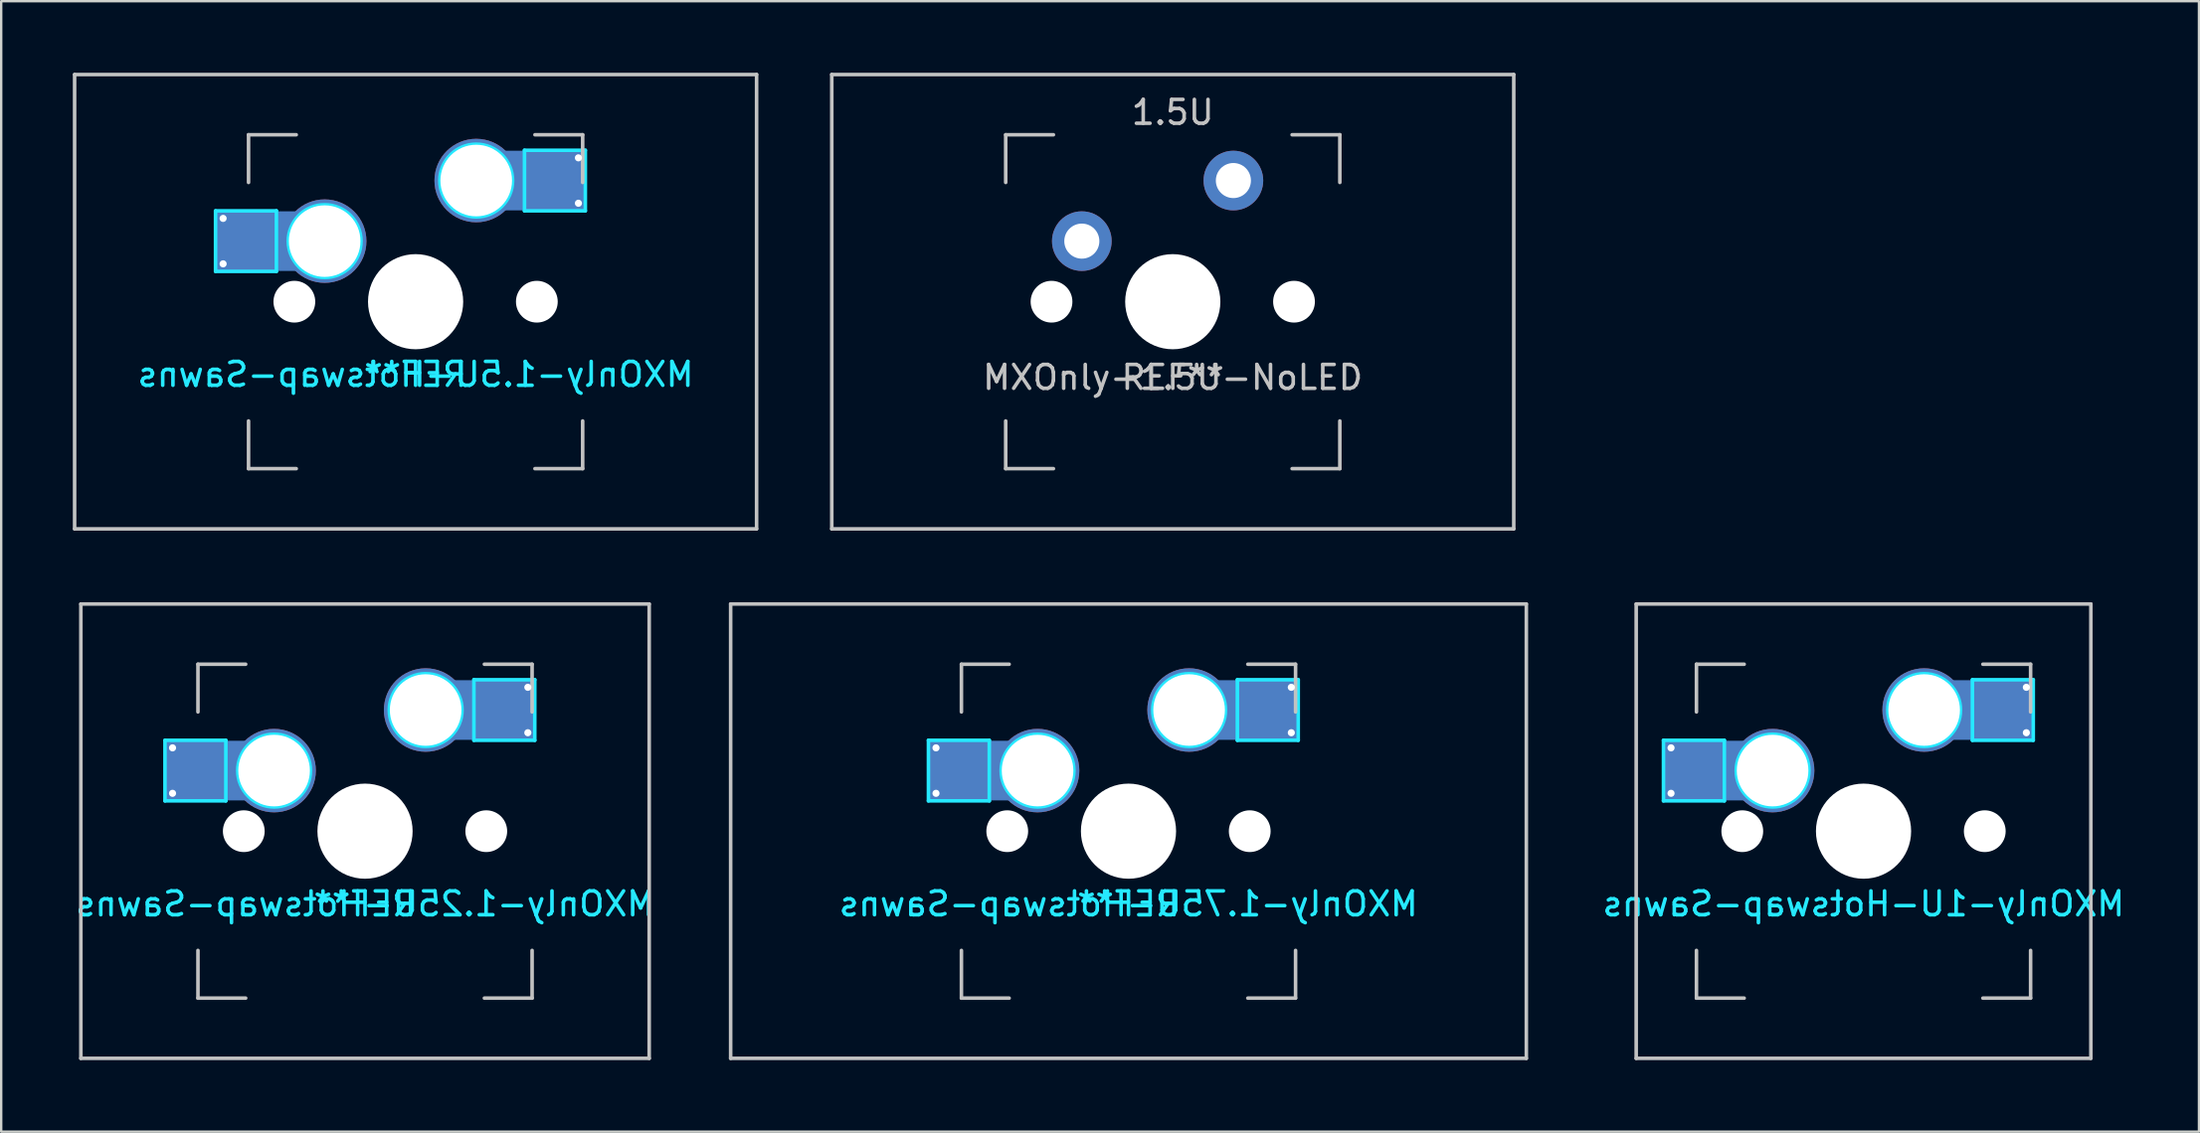
<source format=kicad_pcb>
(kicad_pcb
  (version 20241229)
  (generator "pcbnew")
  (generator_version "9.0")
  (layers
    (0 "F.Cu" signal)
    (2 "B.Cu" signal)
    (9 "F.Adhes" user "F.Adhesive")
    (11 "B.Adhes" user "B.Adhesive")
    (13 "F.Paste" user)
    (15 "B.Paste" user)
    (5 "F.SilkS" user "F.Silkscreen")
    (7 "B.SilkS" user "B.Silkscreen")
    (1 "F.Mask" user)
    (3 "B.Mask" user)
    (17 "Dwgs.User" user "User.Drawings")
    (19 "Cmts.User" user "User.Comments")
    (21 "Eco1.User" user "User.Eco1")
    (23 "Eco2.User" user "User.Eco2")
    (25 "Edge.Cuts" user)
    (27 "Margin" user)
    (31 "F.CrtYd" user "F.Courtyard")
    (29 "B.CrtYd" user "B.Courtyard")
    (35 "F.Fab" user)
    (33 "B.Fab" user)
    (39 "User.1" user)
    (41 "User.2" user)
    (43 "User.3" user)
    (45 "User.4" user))
  (footprint "MXOnly-1.5U-Hotswap-Sawns"
    (layer "F.Cu")
    (at 14.363 9.6)
    (property "Reference" "MXOnly-1.5U-Hotswap-Sawns" (at 0 3.048 0) (layer "B.CrtYd") (effects (font (size 1 1) (thickness 0.15)) (justify mirror)))
    (attr smd)
    (fp_line (start -14.287 -9.525) (end 14.287 -9.525) (stroke (width 0.15) (type solid)) (layer "Dwgs.User"))
    (fp_line (start -14.287 9.525) (end -14.287 -9.525) (stroke (width 0.15) (type solid)) (layer "Dwgs.User"))
    (fp_line (start -7 -7) (end -7 -5) (stroke (width 0.15) (type solid)) (layer "Dwgs.User"))
    (fp_line (start -7 5) (end -7 7) (stroke (width 0.15) (type solid)) (layer "Dwgs.User"))
    (fp_line (start -7 7) (end -5 7) (stroke (width 0.15) (type solid)) (layer "Dwgs.User"))
    (fp_line (start -5 -7) (end -7 -7) (stroke (width 0.15) (type solid)) (layer "Dwgs.User"))
    (fp_line (start 5 -7) (end 7 -7) (stroke (width 0.15) (type solid)) (layer "Dwgs.User"))
    (fp_line (start 5 7) (end 7 7) (stroke (width 0.15) (type solid)) (layer "Dwgs.User"))
    (fp_line (start 7 -7) (end 7 -5) (stroke (width 0.15) (type solid)) (layer "Dwgs.User"))
    (fp_line (start 7 7) (end 7 5) (stroke (width 0.15) (type solid)) (layer "Dwgs.User"))
    (fp_line (start 14.287 -9.525) (end 14.287 9.525) (stroke (width 0.15) (type solid)) (layer "Dwgs.User"))
    (fp_line (start 14.287 9.525) (end -14.287 9.525) (stroke (width 0.15) (type solid)) (layer "Dwgs.User"))
    (fp_line (start -8.382 -3.81) (end -8.382 -1.27) (stroke (width 0.15) (type solid)) (layer "B.CrtYd"))
    (fp_line (start -8.382 -3.81) (end -5.832 -3.81) (stroke (width 0.15) (type solid)) (layer "B.CrtYd"))
    (fp_line (start -8.382 -1.27) (end -5.832 -1.27) (stroke (width 0.15) (type solid)) (layer "B.CrtYd"))
    (fp_line (start -5.832 -3.81) (end -5.832 -1.27) (stroke (width 0.15) (type solid)) (layer "B.CrtYd"))
    (fp_line (start 4.562 -6.35) (end 4.562 -3.81) (stroke (width 0.15) (type solid)) (layer "B.CrtYd"))
    (fp_line (start 4.562 -6.35) (end 7.112 -6.35) (stroke (width 0.15) (type solid)) (layer "B.CrtYd"))
    (fp_line (start 7.112 -6.35) (end 7.112 -3.81) (stroke (width 0.15) (type solid)) (layer "B.CrtYd"))
    (fp_line (start 7.112 -3.81) (end 4.562 -3.81) (stroke (width 0.15) (type solid)) (layer "B.CrtYd"))
    (fp_circle (center -3.81 -2.54) (end -3.81 -4.064) (stroke (width 0.15) (type solid)) (fill no) (layer "B.CrtYd"))
    (fp_circle (center 2.54 -5.08) (end 2.54 -6.604) (stroke (width 0.15) (type solid)) (fill no) (layer "B.CrtYd"))
    (fp_text user "REF**" (at 0 3.048 0) (layer "B.CrtYd") (effects (font (size 1 1) (thickness 0.15)) (justify mirror)))
    (pad "" smd rect (at -7.085 -2.54) (size 2.55 2.5) (layers "B.Mask" "B.Paste"))
    (pad "" np_thru_hole circle (at -5.08 0 48.1) (size 1.75 1.75) (drill 1.75) (layers "*.Cu" "*.Mask"))
    (pad "" np_thru_hole circle (at 0 0) (size 3.988 3.988) (drill 3.988) (layers "*.Cu" "*.Mask"))
    (pad "" np_thru_hole circle (at 5.08 0 48.1) (size 1.75 1.75) (drill 1.75) (layers "*.Cu" "*.Mask"))
    (pad "" smd rect (at 5.842 -5.08) (size 2.55 2.5) (layers "B.Mask" "B.Paste"))
    (pad "1" thru_hole circle (at -8.065 -3.493) (size 0.5 0.5) (drill 0.3) (layers "*.Cu" "*.Mask"))
    (pad "1" thru_hole circle (at -8.065 -1.587) (size 0.5 0.5) (drill 0.3) (layers "*.Cu" "*.Mask"))
    (pad "1" smd rect (at -6.45 -2.54) (size 3.82 2.5) (layers "B.Cu"))
    (pad "1" thru_hole circle (at -3.81 -2.54) (size 3.5 3.5) (drill 3) (layers "*.Cu" "*.Mask"))
    (pad "2" thru_hole circle (at 2.54 -5.08) (size 3.5 3.5) (drill 3) (layers "*.Cu" "*.Mask"))
    (pad "2" smd rect (at 5.207 -5.08) (size 3.82 2.5) (layers "B.Cu"))
    (pad "2" thru_hole circle (at 6.822 -6.032) (size 0.5 0.5) (drill 0.3) (layers "*.Cu" "*.Mask"))
    (pad "2" thru_hole circle (at 6.822 -4.128) (size 0.5 0.5) (drill 0.3) (layers "*.Cu" "*.Mask")))
  (footprint "MXOnly-1.25U-Hotswap-Sawns"
    (layer "F.Cu")
    (at 12.244 31.8)
    (property "Reference" "MXOnly-1.25U-Hotswap-Sawns" (at 0 3.048 0) (layer "B.CrtYd") (effects (font (size 1 1) (thickness 0.15)) (justify mirror)))
    (attr smd)
    (fp_line (start -11.906 -9.525) (end 11.906 -9.525) (stroke (width 0.15) (type solid)) (layer "Dwgs.User"))
    (fp_line (start -11.906 9.525) (end -11.906 -9.525) (stroke (width 0.15) (type solid)) (layer "Dwgs.User"))
    (fp_line (start -7 -7) (end -7 -5) (stroke (width 0.15) (type solid)) (layer "Dwgs.User"))
    (fp_line (start -7 5) (end -7 7) (stroke (width 0.15) (type solid)) (layer "Dwgs.User"))
    (fp_line (start -7 7) (end -5 7) (stroke (width 0.15) (type solid)) (layer "Dwgs.User"))
    (fp_line (start -5 -7) (end -7 -7) (stroke (width 0.15) (type solid)) (layer "Dwgs.User"))
    (fp_line (start 5 -7) (end 7 -7) (stroke (width 0.15) (type solid)) (layer "Dwgs.User"))
    (fp_line (start 5 7) (end 7 7) (stroke (width 0.15) (type solid)) (layer "Dwgs.User"))
    (fp_line (start 7 -7) (end 7 -5) (stroke (width 0.15) (type solid)) (layer "Dwgs.User"))
    (fp_line (start 7 7) (end 7 5) (stroke (width 0.15) (type solid)) (layer "Dwgs.User"))
    (fp_line (start 11.906 -9.525) (end 11.906 9.525) (stroke (width 0.15) (type solid)) (layer "Dwgs.User"))
    (fp_line (start 11.906 9.525) (end -11.906 9.525) (stroke (width 0.15) (type solid)) (layer "Dwgs.User"))
    (fp_line (start -8.382 -3.81) (end -8.382 -1.27) (stroke (width 0.15) (type solid)) (layer "B.CrtYd"))
    (fp_line (start -8.382 -3.81) (end -5.832 -3.81) (stroke (width 0.15) (type solid)) (layer "B.CrtYd"))
    (fp_line (start -8.382 -1.27) (end -5.832 -1.27) (stroke (width 0.15) (type solid)) (layer "B.CrtYd"))
    (fp_line (start -5.832 -3.81) (end -5.832 -1.27) (stroke (width 0.15) (type solid)) (layer "B.CrtYd"))
    (fp_line (start 4.562 -6.35) (end 4.562 -3.81) (stroke (width 0.15) (type solid)) (layer "B.CrtYd"))
    (fp_line (start 4.562 -6.35) (end 7.112 -6.35) (stroke (width 0.15) (type solid)) (layer "B.CrtYd"))
    (fp_line (start 7.112 -6.35) (end 7.112 -3.81) (stroke (width 0.15) (type solid)) (layer "B.CrtYd"))
    (fp_line (start 7.112 -3.81) (end 4.562 -3.81) (stroke (width 0.15) (type solid)) (layer "B.CrtYd"))
    (fp_circle (center -3.81 -2.54) (end -3.81 -4.064) (stroke (width 0.15) (type solid)) (fill no) (layer "B.CrtYd"))
    (fp_circle (center 2.54 -5.08) (end 2.54 -6.604) (stroke (width 0.15) (type solid)) (fill no) (layer "B.CrtYd"))
    (fp_text user "REF**" (at 0 3.048 0) (layer "B.CrtYd") (effects (font (size 1 1) (thickness 0.15)) (justify mirror)))
    (pad "" smd rect (at -7.085 -2.54) (size 2.55 2.5) (layers "B.Mask" "B.Paste"))
    (pad "" np_thru_hole circle (at -5.08 0 48.1) (size 1.75 1.75) (drill 1.75) (layers "*.Cu" "*.Mask"))
    (pad "" np_thru_hole circle (at 0 0) (size 3.988 3.988) (drill 3.988) (layers "*.Cu" "*.Mask"))
    (pad "" np_thru_hole circle (at 5.08 0 48.1) (size 1.75 1.75) (drill 1.75) (layers "*.Cu" "*.Mask"))
    (pad "" smd rect (at 5.842 -5.08) (size 2.55 2.5) (layers "B.Mask" "B.Paste"))
    (pad "1" thru_hole circle (at -8.065 -3.493) (size 0.5 0.5) (drill 0.3) (layers "*.Cu" "*.Mask"))
    (pad "1" thru_hole circle (at -8.065 -1.587) (size 0.5 0.5) (drill 0.3) (layers "*.Cu" "*.Mask"))
    (pad "1" smd rect (at -6.45 -2.54) (size 3.82 2.5) (layers "B.Cu"))
    (pad "1" thru_hole circle (at -3.81 -2.54) (size 3.5 3.5) (drill 3) (layers "*.Cu" "*.Mask"))
    (pad "2" thru_hole circle (at 2.54 -5.08) (size 3.5 3.5) (drill 3) (layers "*.Cu" "*.Mask"))
    (pad "2" smd rect (at 5.207 -5.08) (size 3.82 2.5) (layers "B.Cu"))
    (pad "2" thru_hole circle (at 6.822 -6.032) (size 0.5 0.5) (drill 0.3) (layers "*.Cu" "*.Mask"))
    (pad "2" thru_hole circle (at 6.822 -4.128) (size 0.5 0.5) (drill 0.3) (layers "*.Cu" "*.Mask")))
  (footprint "MXOnly-1U-Hotswap-Sawns"
    (layer "F.Cu")
    (at 75.029 31.8)
    (property "Reference" "MXOnly-1U-Hotswap-Sawns" (at 0 3.048 0) (layer "B.CrtYd") (effects (font (size 1 1) (thickness 0.15)) (justify mirror)))
    (attr smd)
    (fp_line (start -9.525 -9.525) (end 9.525 -9.525) (stroke (width 0.15) (type solid)) (layer "Dwgs.User"))
    (fp_line (start -9.525 9.525) (end -9.525 -9.525) (stroke (width 0.15) (type solid)) (layer "Dwgs.User"))
    (fp_line (start -7 -7) (end -7 -5) (stroke (width 0.15) (type solid)) (layer "Dwgs.User"))
    (fp_line (start -7 5) (end -7 7) (stroke (width 0.15) (type solid)) (layer "Dwgs.User"))
    (fp_line (start -7 7) (end -5 7) (stroke (width 0.15) (type solid)) (layer "Dwgs.User"))
    (fp_line (start -5 -7) (end -7 -7) (stroke (width 0.15) (type solid)) (layer "Dwgs.User"))
    (fp_line (start 5 -7) (end 7 -7) (stroke (width 0.15) (type solid)) (layer "Dwgs.User"))
    (fp_line (start 5 7) (end 7 7) (stroke (width 0.15) (type solid)) (layer "Dwgs.User"))
    (fp_line (start 7 -7) (end 7 -5) (stroke (width 0.15) (type solid)) (layer "Dwgs.User"))
    (fp_line (start 7 7) (end 7 5) (stroke (width 0.15) (type solid)) (layer "Dwgs.User"))
    (fp_line (start 9.525 -9.525) (end 9.525 9.525) (stroke (width 0.15) (type solid)) (layer "Dwgs.User"))
    (fp_line (start 9.525 9.525) (end -9.525 9.525) (stroke (width 0.15) (type solid)) (layer "Dwgs.User"))
    (fp_line (start -8.382 -3.81) (end -8.382 -1.27) (stroke (width 0.15) (type solid)) (layer "B.CrtYd"))
    (fp_line (start -8.382 -3.81) (end -5.832 -3.81) (stroke (width 0.15) (type solid)) (layer "B.CrtYd"))
    (fp_line (start -8.382 -1.27) (end -5.832 -1.27) (stroke (width 0.15) (type solid)) (layer "B.CrtYd"))
    (fp_line (start -5.832 -3.81) (end -5.832 -1.27) (stroke (width 0.15) (type solid)) (layer "B.CrtYd"))
    (fp_line (start 4.562 -6.35) (end 4.562 -3.81) (stroke (width 0.15) (type solid)) (layer "B.CrtYd"))
    (fp_line (start 4.562 -6.35) (end 7.112 -6.35) (stroke (width 0.15) (type solid)) (layer "B.CrtYd"))
    (fp_line (start 7.112 -6.35) (end 7.112 -3.81) (stroke (width 0.15) (type solid)) (layer "B.CrtYd"))
    (fp_line (start 7.112 -3.81) (end 4.562 -3.81) (stroke (width 0.15) (type solid)) (layer "B.CrtYd"))
    (fp_circle (center -3.81 -2.54) (end -3.81 -4.064) (stroke (width 0.15) (type solid)) (fill no) (layer "B.CrtYd"))
    (fp_circle (center 2.54 -5.08) (end 2.54 -6.604) (stroke (width 0.15) (type solid)) (fill no) (layer "B.CrtYd"))
    (pad "" smd rect (at -7.085 -2.54) (size 2.55 2.5) (layers "B.Mask" "B.Paste"))
    (pad "" np_thru_hole circle (at -5.08 0 48.1) (size 1.75 1.75) (drill 1.75) (layers "*.Cu" "*.Mask"))
    (pad "" np_thru_hole circle (at 0 0) (size 3.988 3.988) (drill 3.988) (layers "*.Cu" "*.Mask"))
    (pad "" np_thru_hole circle (at 5.08 0 48.1) (size 1.75 1.75) (drill 1.75) (layers "*.Cu" "*.Mask"))
    (pad "" smd rect (at 5.842 -5.08) (size 2.55 2.5) (layers "B.Mask" "B.Paste"))
    (pad "1" thru_hole circle (at -8.065 -3.493) (size 0.5 0.5) (drill 0.3) (layers "*.Cu" "*.Mask"))
    (pad "1" thru_hole circle (at -8.065 -1.587) (size 0.5 0.5) (drill 0.3) (layers "*.Cu" "*.Mask"))
    (pad "1" smd rect (at -6.45 -2.54) (size 3.82 2.5) (layers "B.Cu"))
    (pad "1" thru_hole circle (at -3.81 -2.54) (size 3.5 3.5) (drill 3) (layers "*.Cu" "*.Mask"))
    (pad "2" thru_hole circle (at 2.54 -5.08) (size 3.5 3.5) (drill 3) (layers "*.Cu" "*.Mask"))
    (pad "2" smd rect (at 5.207 -5.08) (size 3.82 2.5) (layers "B.Cu"))
    (pad "2" thru_hole circle (at 6.822 -6.032) (size 0.5 0.5) (drill 0.3) (layers "*.Cu" "*.Mask"))
    (pad "2" thru_hole circle (at 6.822 -4.128) (size 0.5 0.5) (drill 0.3) (layers "*.Cu" "*.Mask")))
  (footprint "MXOnly-1.5U-NoLED"
    (layer "F.Cu")
    (at 46.087 9.6)
    (property "Reference" "MXOnly-1.5U-NoLED" (at 0 3.175 0) (layer "Dwgs.User") (effects (font (size 1 1) (thickness 0.15))))
    (attr through_hole)
    (fp_line (start -14.287 -9.525) (end 14.287 -9.525) (stroke (width 0.15) (type solid)) (layer "Dwgs.User"))
    (fp_line (start -14.287 9.525) (end -14.287 -9.525) (stroke (width 0.15) (type solid)) (layer "Dwgs.User"))
    (fp_line (start -14.287 9.525) (end 14.287 9.525) (stroke (width 0.15) (type solid)) (layer "Dwgs.User"))
    (fp_line (start -7 -7) (end -7 -5) (stroke (width 0.15) (type solid)) (layer "Dwgs.User"))
    (fp_line (start -7 5) (end -7 7) (stroke (width 0.15) (type solid)) (layer "Dwgs.User"))
    (fp_line (start -7 7) (end -5 7) (stroke (width 0.15) (type solid)) (layer "Dwgs.User"))
    (fp_line (start -5 -7) (end -7 -7) (stroke (width 0.15) (type solid)) (layer "Dwgs.User"))
    (fp_line (start 5 -7) (end 7 -7) (stroke (width 0.15) (type solid)) (layer "Dwgs.User"))
    (fp_line (start 5 7) (end 7 7) (stroke (width 0.15) (type solid)) (layer "Dwgs.User"))
    (fp_line (start 7 -7) (end 7 -5) (stroke (width 0.15) (type solid)) (layer "Dwgs.User"))
    (fp_line (start 7 7) (end 7 5) (stroke (width 0.15) (type solid)) (layer "Dwgs.User"))
    (fp_line (start 14.287 -9.525) (end 14.287 9.525) (stroke (width 0.15) (type solid)) (layer "Dwgs.User"))
    (fp_text user "REF**" (at 0 3.175 0) (layer "Dwgs.User") (effects (font (size 1 1) (thickness 0.15))))
    (fp_text user "1.5U" (at 0 -7.938 0) (layer "Dwgs.User") (effects (font (size 1 1) (thickness 0.15))))
    (pad "" np_thru_hole circle (at -5.08 0 48.1) (size 1.75 1.75) (drill 1.75) (layers "*.Cu" "*.Mask"))
    (pad "" np_thru_hole circle (at 0 0) (size 3.988 3.988) (drill 3.988) (layers "*.Cu" "*.Mask"))
    (pad "" np_thru_hole circle (at 5.08 0 48.1) (size 1.75 1.75) (drill 1.75) (layers "*.Cu" "*.Mask"))
    (pad "1" thru_hole circle (at -3.81 -2.54) (size 2.5 2.5) (drill 1.47) (layers "*.Cu" "B.Mask"))
    (pad "2" thru_hole circle (at 2.54 -5.08) (size 2.5 2.5) (drill 1.47) (layers "*.Cu" "B.Mask")))
  (footprint "MXOnly-1.75U-Hotswap-Sawns"
    (layer "F.Cu")
    (at 44.232 31.8)
    (property "Reference" "MXOnly-1.75U-Hotswap-Sawns" (at 0 3.048 0) (layer "B.CrtYd") (effects (font (size 1 1) (thickness 0.15)) (justify mirror)))
    (attr smd)
    (fp_line (start -16.669 -9.525) (end 16.669 -9.525) (stroke (width 0.15) (type solid)) (layer "Dwgs.User"))
    (fp_line (start -16.669 9.525) (end -16.669 -9.525) (stroke (width 0.15) (type solid)) (layer "Dwgs.User"))
    (fp_line (start -7 -7) (end -7 -5) (stroke (width 0.15) (type solid)) (layer "Dwgs.User"))
    (fp_line (start -7 5) (end -7 7) (stroke (width 0.15) (type solid)) (layer "Dwgs.User"))
    (fp_line (start -7 7) (end -5 7) (stroke (width 0.15) (type solid)) (layer "Dwgs.User"))
    (fp_line (start -5 -7) (end -7 -7) (stroke (width 0.15) (type solid)) (layer "Dwgs.User"))
    (fp_line (start 5 -7) (end 7 -7) (stroke (width 0.15) (type solid)) (layer "Dwgs.User"))
    (fp_line (start 5 7) (end 7 7) (stroke (width 0.15) (type solid)) (layer "Dwgs.User"))
    (fp_line (start 7 -7) (end 7 -5) (stroke (width 0.15) (type solid)) (layer "Dwgs.User"))
    (fp_line (start 7 7) (end 7 5) (stroke (width 0.15) (type solid)) (layer "Dwgs.User"))
    (fp_line (start 16.669 -9.525) (end 16.669 9.525) (stroke (width 0.15) (type solid)) (layer "Dwgs.User"))
    (fp_line (start 16.669 9.525) (end -16.669 9.525) (stroke (width 0.15) (type solid)) (layer "Dwgs.User"))
    (fp_line (start -8.382 -3.81) (end -8.382 -1.27) (stroke (width 0.15) (type solid)) (layer "B.CrtYd"))
    (fp_line (start -8.382 -3.81) (end -5.832 -3.81) (stroke (width 0.15) (type solid)) (layer "B.CrtYd"))
    (fp_line (start -8.382 -1.27) (end -5.832 -1.27) (stroke (width 0.15) (type solid)) (layer "B.CrtYd"))
    (fp_line (start -5.832 -3.81) (end -5.832 -1.27) (stroke (width 0.15) (type solid)) (layer "B.CrtYd"))
    (fp_line (start 4.562 -6.35) (end 4.562 -3.81) (stroke (width 0.15) (type solid)) (layer "B.CrtYd"))
    (fp_line (start 4.562 -6.35) (end 7.112 -6.35) (stroke (width 0.15) (type solid)) (layer "B.CrtYd"))
    (fp_line (start 7.112 -6.35) (end 7.112 -3.81) (stroke (width 0.15) (type solid)) (layer "B.CrtYd"))
    (fp_line (start 7.112 -3.81) (end 4.562 -3.81) (stroke (width 0.15) (type solid)) (layer "B.CrtYd"))
    (fp_circle (center -3.81 -2.54) (end -3.81 -4.064) (stroke (width 0.15) (type solid)) (fill no) (layer "B.CrtYd"))
    (fp_circle (center 2.54 -5.08) (end 2.54 -6.604) (stroke (width 0.15) (type solid)) (fill no) (layer "B.CrtYd"))
    (fp_text user "REF**" (at 0 3.048 0) (layer "B.CrtYd") (effects (font (size 1 1) (thickness 0.15)) (justify mirror)))
    (pad "" smd rect (at -7.085 -2.54) (size 2.55 2.5) (layers "B.Mask" "B.Paste"))
    (pad "" np_thru_hole circle (at -5.08 0 48.1) (size 1.75 1.75) (drill 1.75) (layers "*.Cu" "*.Mask"))
    (pad "" np_thru_hole circle (at 0 0) (size 3.988 3.988) (drill 3.988) (layers "*.Cu" "*.Mask"))
    (pad "" np_thru_hole circle (at 5.08 0 48.1) (size 1.75 1.75) (drill 1.75) (layers "*.Cu" "*.Mask"))
    (pad "" smd rect (at 5.842 -5.08) (size 2.55 2.5) (layers "B.Mask" "B.Paste"))
    (pad "1" thru_hole circle (at -8.065 -3.493) (size 0.5 0.5) (drill 0.3) (layers "*.Cu" "*.Mask"))
    (pad "1" thru_hole circle (at -8.065 -1.587) (size 0.5 0.5) (drill 0.3) (layers "*.Cu" "*.Mask"))
    (pad "1" smd rect (at -6.45 -2.54) (size 3.82 2.5) (layers "B.Cu"))
    (pad "1" thru_hole circle (at -3.81 -2.54) (size 3.5 3.5) (drill 3) (layers "*.Cu" "*.Mask"))
    (pad "2" thru_hole circle (at 2.54 -5.08) (size 3.5 3.5) (drill 3) (layers "*.Cu" "*.Mask"))
    (pad "2" smd rect (at 5.207 -5.08) (size 3.82 2.5) (layers "B.Cu"))
    (pad "2" thru_hole circle (at 6.822 -6.032) (size 0.5 0.5) (drill 0.3) (layers "*.Cu" "*.Mask"))
    (pad "2" thru_hole circle (at 6.822 -4.128) (size 0.5 0.5) (drill 0.3) (layers "*.Cu" "*.Mask")))
  (gr_rect
    (start -3 -3)
    (end 89.083 44.4)
    (stroke (width 0.1) (type default))
    (fill no)
    (layer "Edge.Cuts")))
</source>
